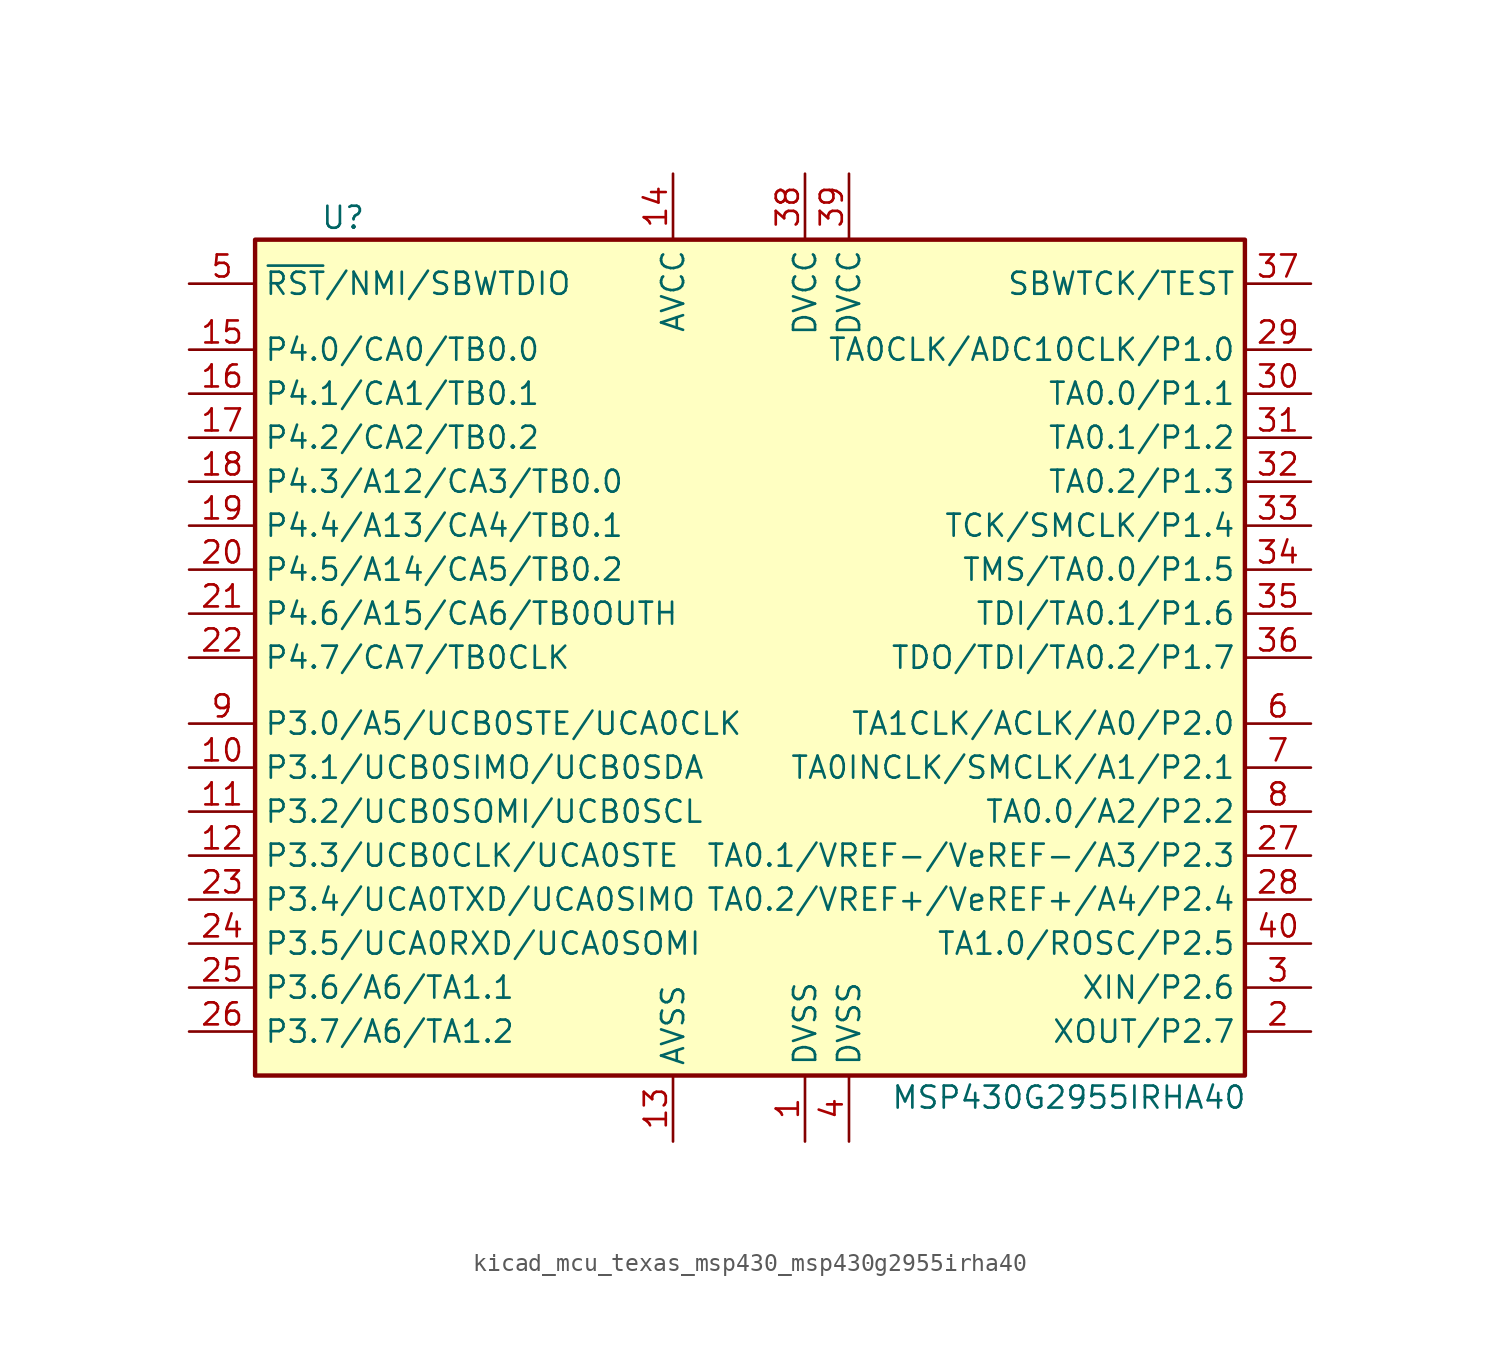
<source format=kicad_sym>
(kicad_symbol_lib
  (version 20220914)
  (generator kicad_symbol_editor)
  (symbol "kicad_mcu_texas_msp430_msp430g2955irha40"
    (property "Reference" "U"
      (at -24.13 25.4 0)
      (effects (font (size 1.27 1.27))))
    (property "Value" "MSP430G2955IRHA40"
      (at 17.78 -25.4 0)
      (effects (font (size 1.27 1.27))))
    (symbol "kicad_mcu_texas_msp430_msp430g2955irha40_0_1"
      (rectangle (start -29.21 24.13) (end 27.94 -24.13) (stroke (width 0.254) (type default)) (fill (type background))))
    (symbol "kicad_mcu_texas_msp430_msp430g2955irha40_1_1"
      (pin power_in line (at 2.54 -27.94 90) (length 3.81) (name "DVSS" (effects (font (size 1.27 1.27)))) (number "1" (effects (font (size 1.27 1.27)))))
      (pin bidirectional line (at -33.02 -6.35 0) (length 3.81) (name "P3.1/UCB0SIMO/UCB0SDA" (effects (font (size 1.27 1.27)))) (number "10" (effects (font (size 1.27 1.27)))))
      (pin bidirectional line (at -33.02 -8.89 0) (length 3.81) (name "P3.2/UCB0SOMI/UCB0SCL" (effects (font (size 1.27 1.27)))) (number "11" (effects (font (size 1.27 1.27)))))
      (pin bidirectional line (at -33.02 -11.43 0) (length 3.81) (name "P3.3/UCB0CLK/UCA0STE" (effects (font (size 1.27 1.27)))) (number "12" (effects (font (size 1.27 1.27)))))
      (pin power_in line (at -5.08 -27.94 90) (length 3.81) (name "AVSS" (effects (font (size 1.27 1.27)))) (number "13" (effects (font (size 1.27 1.27)))))
      (pin power_in line (at -5.08 27.94 270) (length 3.81) (name "AVCC" (effects (font (size 1.27 1.27)))) (number "14" (effects (font (size 1.27 1.27)))))
      (pin bidirectional line (at -33.02 17.78 0) (length 3.81) (name "P4.0/CA0/TB0.0" (effects (font (size 1.27 1.27)))) (number "15" (effects (font (size 1.27 1.27)))))
      (pin bidirectional line (at -33.02 15.24 0) (length 3.81) (name "P4.1/CA1/TB0.1" (effects (font (size 1.27 1.27)))) (number "16" (effects (font (size 1.27 1.27)))))
      (pin bidirectional line (at -33.02 12.7 0) (length 3.81) (name "P4.2/CA2/TB0.2" (effects (font (size 1.27 1.27)))) (number "17" (effects (font (size 1.27 1.27)))))
      (pin bidirectional line (at -33.02 10.16 0) (length 3.81) (name "P4.3/A12/CA3/TB0.0" (effects (font (size 1.27 1.27)))) (number "18" (effects (font (size 1.27 1.27)))))
      (pin bidirectional line (at -33.02 7.62 0) (length 3.81) (name "P4.4/A13/CA4/TB0.1" (effects (font (size 1.27 1.27)))) (number "19" (effects (font (size 1.27 1.27)))))
      (pin bidirectional line (at 31.75 -21.59 180) (length 3.81) (name "XOUT/P2.7" (effects (font (size 1.27 1.27)))) (number "2" (effects (font (size 1.27 1.27)))))
      (pin bidirectional line (at -33.02 5.08 0) (length 3.81) (name "P4.5/A14/CA5/TB0.2" (effects (font (size 1.27 1.27)))) (number "20" (effects (font (size 1.27 1.27)))))
      (pin bidirectional line (at -33.02 2.54 0) (length 3.81) (name "P4.6/A15/CA6/TB0OUTH" (effects (font (size 1.27 1.27)))) (number "21" (effects (font (size 1.27 1.27)))))
      (pin bidirectional line (at -33.02 0 0) (length 3.81) (name "P4.7/CA7/TB0CLK" (effects (font (size 1.27 1.27)))) (number "22" (effects (font (size 1.27 1.27)))))
      (pin bidirectional line (at -33.02 -13.97 0) (length 3.81) (name "P3.4/UCA0TXD/UCA0SIMO" (effects (font (size 1.27 1.27)))) (number "23" (effects (font (size 1.27 1.27)))))
      (pin bidirectional line (at -33.02 -16.51 0) (length 3.81) (name "P3.5/UCA0RXD/UCA0SOMI" (effects (font (size 1.27 1.27)))) (number "24" (effects (font (size 1.27 1.27)))))
      (pin bidirectional line (at -33.02 -19.05 0) (length 3.81) (name "P3.6/A6/TA1.1" (effects (font (size 1.27 1.27)))) (number "25" (effects (font (size 1.27 1.27)))))
      (pin bidirectional line (at -33.02 -21.59 0) (length 3.81) (name "P3.7/A6/TA1.2" (effects (font (size 1.27 1.27)))) (number "26" (effects (font (size 1.27 1.27)))))
      (pin bidirectional line (at 31.75 -11.43 180) (length 3.81) (name "TA0.1/VREF-/VeREF-/A3/P2.3" (effects (font (size 1.27 1.27)))) (number "27" (effects (font (size 1.27 1.27)))))
      (pin bidirectional line (at 31.75 -13.97 180) (length 3.81) (name "TA0.2/VREF+/VeREF+/A4/P2.4" (effects (font (size 1.27 1.27)))) (number "28" (effects (font (size 1.27 1.27)))))
      (pin bidirectional line (at 31.75 17.78 180) (length 3.81) (name "TA0CLK/ADC10CLK/P1.0" (effects (font (size 1.27 1.27)))) (number "29" (effects (font (size 1.27 1.27)))))
      (pin bidirectional line (at 31.75 -19.05 180) (length 3.81) (name "XIN/P2.6" (effects (font (size 1.27 1.27)))) (number "3" (effects (font (size 1.27 1.27)))))
      (pin bidirectional line (at 31.75 15.24 180) (length 3.81) (name "TA0.0/P1.1" (effects (font (size 1.27 1.27)))) (number "30" (effects (font (size 1.27 1.27)))))
      (pin bidirectional line (at 31.75 12.7 180) (length 3.81) (name "TA0.1/P1.2" (effects (font (size 1.27 1.27)))) (number "31" (effects (font (size 1.27 1.27)))))
      (pin bidirectional line (at 31.75 10.16 180) (length 3.81) (name "TA0.2/P1.3" (effects (font (size 1.27 1.27)))) (number "32" (effects (font (size 1.27 1.27)))))
      (pin bidirectional line (at 31.75 7.62 180) (length 3.81) (name "TCK/SMCLK/P1.4" (effects (font (size 1.27 1.27)))) (number "33" (effects (font (size 1.27 1.27)))))
      (pin bidirectional line (at 31.75 5.08 180) (length 3.81) (name "TMS/TA0.0/P1.5" (effects (font (size 1.27 1.27)))) (number "34" (effects (font (size 1.27 1.27)))))
      (pin bidirectional line (at 31.75 2.54 180) (length 3.81) (name "TDI/TA0.1/P1.6" (effects (font (size 1.27 1.27)))) (number "35" (effects (font (size 1.27 1.27)))))
      (pin bidirectional line (at 31.75 0 180) (length 3.81) (name "TDO/TDI/TA0.2/P1.7" (effects (font (size 1.27 1.27)))) (number "36" (effects (font (size 1.27 1.27)))))
      (pin input line (at 31.75 21.59 180) (length 3.81) (name "SBWTCK/TEST" (effects (font (size 1.27 1.27)))) (number "37" (effects (font (size 1.27 1.27)))))
      (pin power_in line (at 2.54 27.94 270) (length 3.81) (name "DVCC" (effects (font (size 1.27 1.27)))) (number "38" (effects (font (size 1.27 1.27)))))
      (pin power_in line (at 5.08 27.94 270) (length 3.81) (name "DVCC" (effects (font (size 1.27 1.27)))) (number "39" (effects (font (size 1.27 1.27)))))
      (pin power_in line (at 5.08 -27.94 90) (length 3.81) (name "DVSS" (effects (font (size 1.27 1.27)))) (number "4" (effects (font (size 1.27 1.27)))))
      (pin bidirectional line (at 31.75 -16.51 180) (length 3.81) (name "TA1.0/ROSC/P2.5" (effects (font (size 1.27 1.27)))) (number "40" (effects (font (size 1.27 1.27)))))
      (pin input line (at -33.02 21.59 0) (length 3.81) (name "~{RST}/NMI/SBWTDIO" (effects (font (size 1.27 1.27)))) (number "5" (effects (font (size 1.27 1.27)))))
      (pin bidirectional line (at 31.75 -3.81 180) (length 3.81) (name "TA1CLK/ACLK/A0/P2.0" (effects (font (size 1.27 1.27)))) (number "6" (effects (font (size 1.27 1.27)))))
      (pin bidirectional line (at 31.75 -6.35 180) (length 3.81) (name "TA0INCLK/SMCLK/A1/P2.1" (effects (font (size 1.27 1.27)))) (number "7" (effects (font (size 1.27 1.27)))))
      (pin bidirectional line (at 31.75 -8.89 180) (length 3.81) (name "TA0.0/A2/P2.2" (effects (font (size 1.27 1.27)))) (number "8" (effects (font (size 1.27 1.27)))))
      (pin bidirectional line (at -33.02 -3.81 0) (length 3.81) (name "P3.0/A5/UCB0STE/UCA0CLK" (effects (font (size 1.27 1.27)))) (number "9" (effects (font (size 1.27 1.27))))))))
</source>
